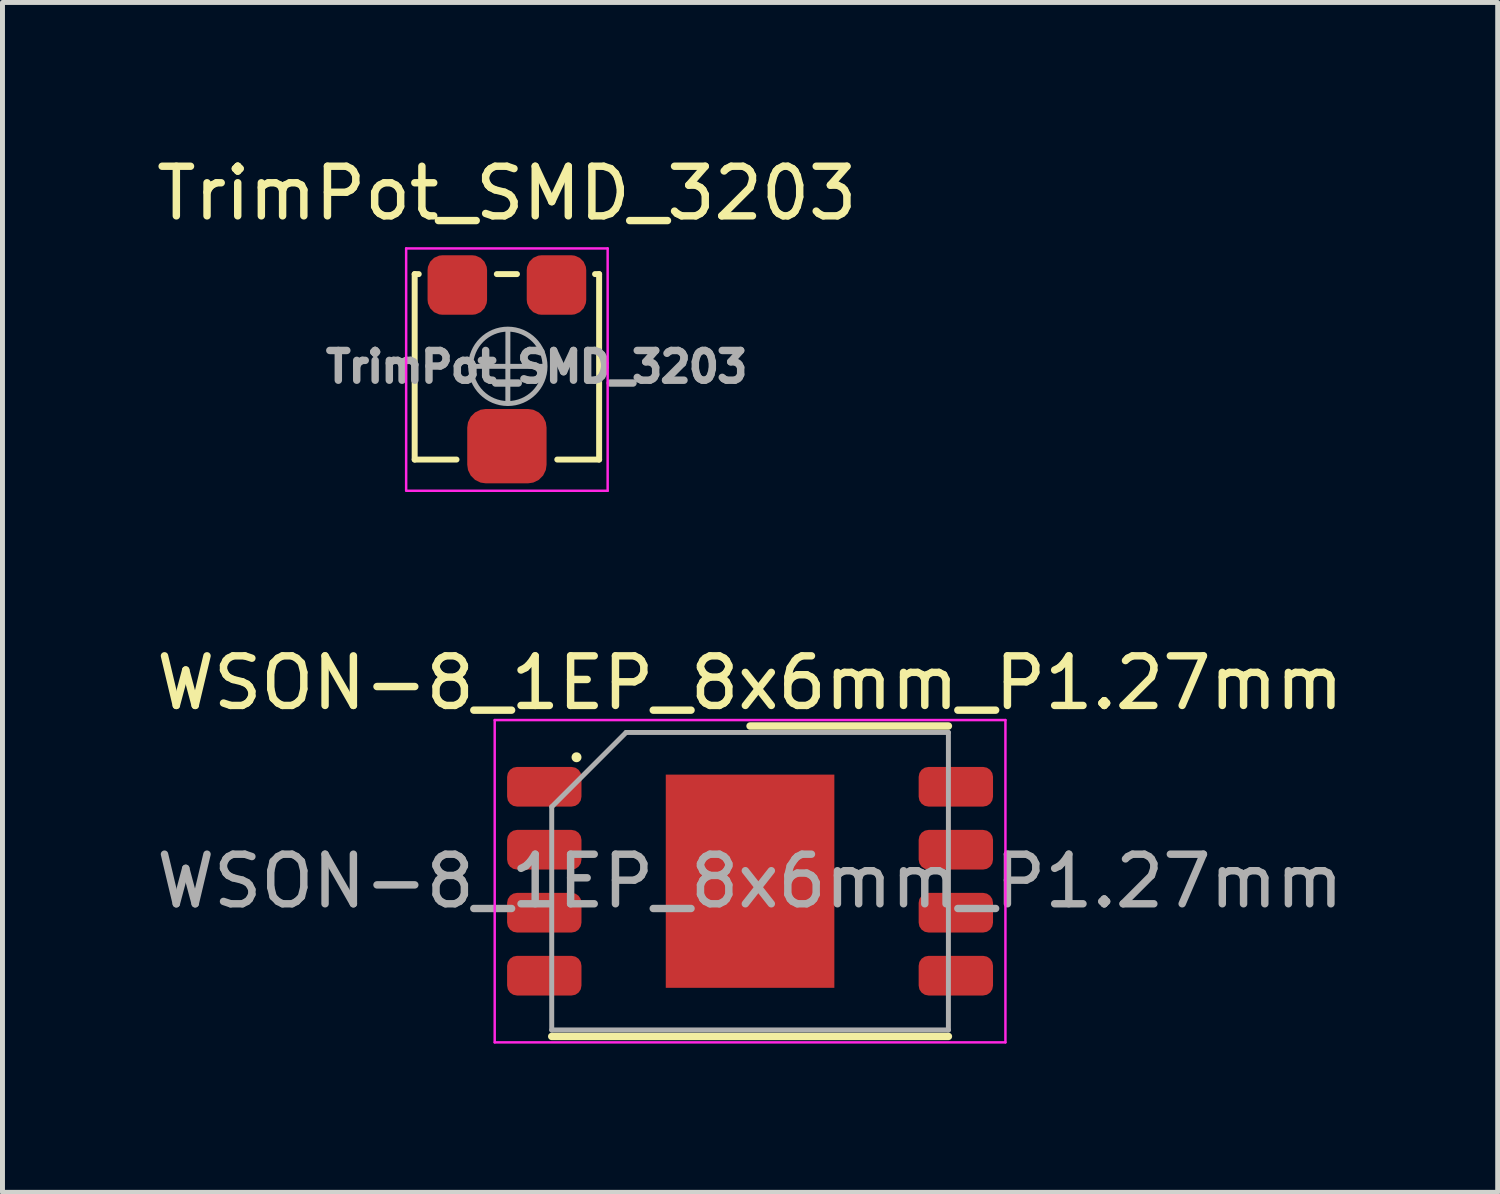
<source format=kicad_pcb>
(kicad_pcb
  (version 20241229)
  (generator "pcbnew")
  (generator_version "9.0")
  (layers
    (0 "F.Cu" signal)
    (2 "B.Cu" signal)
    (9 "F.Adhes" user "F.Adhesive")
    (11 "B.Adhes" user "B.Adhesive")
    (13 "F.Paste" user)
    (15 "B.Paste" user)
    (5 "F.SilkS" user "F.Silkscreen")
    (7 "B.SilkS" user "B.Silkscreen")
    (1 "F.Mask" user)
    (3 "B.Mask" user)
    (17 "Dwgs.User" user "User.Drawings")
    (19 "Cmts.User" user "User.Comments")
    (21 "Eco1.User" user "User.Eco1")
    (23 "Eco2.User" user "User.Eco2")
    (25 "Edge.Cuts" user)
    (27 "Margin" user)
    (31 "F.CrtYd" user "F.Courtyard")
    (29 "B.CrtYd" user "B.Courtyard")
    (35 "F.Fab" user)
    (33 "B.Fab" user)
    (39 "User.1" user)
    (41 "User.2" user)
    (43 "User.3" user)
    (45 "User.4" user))
  (footprint "WSON-8_1EP_8x6mm_P1.27mm"
    (layer "F.Cu")
    (at 12.077 14.722)
    (property "Reference" "WSON-8_1EP_8x6mm_P1.27mm" (at 0 -4 0) (layer "F.SilkS") (effects (font (size 1 1) (thickness 0.15))))
    (attr smd)
    (fp_line (start -3.5 -2.5) (end -3.5 -2.5) (stroke (width 0.2) (type solid)) (layer "F.SilkS"))
    (fp_line (start 4 -3.13) (end 0 -3.13) (stroke (width 0.15) (type solid)) (layer "F.SilkS"))
    (fp_line (start 4 3.13) (end -4 3.13) (stroke (width 0.15) (type solid)) (layer "F.SilkS"))
    (fp_line (start -5.15 -3.25) (end 5.15 -3.25) (stroke (width 0.05) (type solid)) (layer "F.CrtYd"))
    (fp_line (start -5.15 3.25) (end -5.15 -3.25) (stroke (width 0.05) (type solid)) (layer "F.CrtYd"))
    (fp_line (start 5.15 3.25) (end -5.15 3.25) (stroke (width 0.05) (type solid)) (layer "F.CrtYd"))
    (fp_line (start 5.15 3.25) (end 5.15 -3.25) (stroke (width 0.05) (type solid)) (layer "F.CrtYd"))
    (fp_line (start -4 3) (end -4 -1.5) (stroke (width 0.1) (type solid)) (layer "F.Fab"))
    (fp_line (start -2.5 -3) (end -4 -1.5) (stroke (width 0.1) (type solid)) (layer "F.Fab"))
    (fp_line (start -2.5 -3) (end 4 -3) (stroke (width 0.1) (type solid)) (layer "F.Fab"))
    (fp_line (start 4 3) (end -4 3) (stroke (width 0.1) (type solid)) (layer "F.Fab"))
    (fp_line (start 4 3) (end 4 -3) (stroke (width 0.1) (type solid)) (layer "F.Fab"))
    (fp_text user "${REFERENCE}" (at 0 0 0) (unlocked yes) (layer "F.Fab") (effects (font (size 1 1) (thickness 0.15))))
    (pad "1" smd roundrect (at -4.15 -1.905) (size 1.5 0.8) (layers "F.Cu" "F.Mask" "F.Paste") (roundrect_rratio 0.25))
    (pad "2" smd roundrect (at -4.15 -0.635) (size 1.5 0.8) (layers "F.Cu" "F.Mask" "F.Paste") (roundrect_rratio 0.25))
    (pad "3" smd roundrect (at -4.15 0.635) (size 1.5 0.8) (layers "F.Cu" "F.Mask" "F.Paste") (roundrect_rratio 0.25))
    (pad "4" smd roundrect (at -4.15 1.905) (size 1.5 0.8) (layers "F.Cu" "F.Mask" "F.Paste") (roundrect_rratio 0.25))
    (pad "4" smd rect (at 0 0) (size 3.4 4.3) (layers "F.Cu" "F.Mask" "F.Paste"))
    (pad "5" smd roundrect (at 4.15 1.905) (size 1.5 0.8) (layers "F.Cu" "F.Mask" "F.Paste") (roundrect_rratio 0.25))
    (pad "6" smd roundrect (at 4.15 0.635) (size 1.5 0.8) (layers "F.Cu" "F.Mask" "F.Paste") (roundrect_rratio 0.25))
    (pad "7" smd roundrect (at 4.15 -0.635) (size 1.5 0.8) (layers "F.Cu" "F.Mask" "F.Paste") (roundrect_rratio 0.25))
    (pad "8" smd roundrect (at 4.15 -1.905) (size 1.5 0.8) (layers "F.Cu" "F.Mask" "F.Paste") (roundrect_rratio 0.25)))
  (footprint "TrimPot_SMD_3203"
    (layer "F.Cu")
    (at 7.173 4.348)
    (property "Reference" "TrimPot_SMD_3203" (at 0 -3.5 0) (layer "F.SilkS") (effects (font (size 1 1) (thickness 0.15))))
    (attr smd)
    (fp_line (start -1.86 -1.87) (end -1.86 1.87) (stroke (width 0.12) (type solid)) (layer "F.SilkS"))
    (fp_line (start -1.86 -1.87) (end -1.778 -1.87) (stroke (width 0.12) (type solid)) (layer "F.SilkS"))
    (fp_line (start -1.86 1.87) (end -1.016 1.87) (stroke (width 0.12) (type solid)) (layer "F.SilkS"))
    (fp_line (start -0.203 -1.87) (end 0.203 -1.87) (stroke (width 0.12) (type solid)) (layer "F.SilkS"))
    (fp_line (start 1.016 1.87) (end 1.86 1.87) (stroke (width 0.12) (type solid)) (layer "F.SilkS"))
    (fp_line (start 1.778 -1.87) (end 1.86 -1.87) (stroke (width 0.12) (type solid)) (layer "F.SilkS"))
    (fp_line (start 1.86 -1.87) (end 1.86 1.87) (stroke (width 0.12) (type solid)) (layer "F.SilkS"))
    (fp_line (start -2.032 -2.388) (end -2.032 2.489) (stroke (width 0.05) (type solid)) (layer "F.CrtYd"))
    (fp_line (start -2.032 2.5) (end 2.032 2.5) (stroke (width 0.05) (type solid)) (layer "F.CrtYd"))
    (fp_line (start 2.032 -2.388) (end -2.032 -2.388) (stroke (width 0.05) (type solid)) (layer "F.CrtYd"))
    (fp_line (start 2.032 2.5) (end 2.032 -2.388) (stroke (width 0.05) (type solid)) (layer "F.CrtYd"))
    (fp_line (start 0.019 0.733) (end 0.02 -0.752) (stroke (width 0.1) (type solid)) (layer "F.Fab"))
    (fp_line (start 0.754 -0.009) (end -0.731 -0.01) (stroke (width 0.1) (type solid)) (layer "F.Fab"))
    (fp_rect (start 0 0) (end 0 0) (stroke (width 0.1) (type solid)) (fill no) (layer "F.Fab"))
    (fp_circle (center 0.019 -0.01) (end 0.769 -0.01) (stroke (width 0.1) (type solid)) (fill no) (layer "F.Fab"))
    (fp_text user "${REFERENCE}" (at 0.6 0 0) (layer "F.Fab") (effects (font (size 0.6 0.6) (thickness 0.15))))
    (pad "1" smd roundrect (at 1 -1.65) (size 1.2 1.2) (layers "F.Cu" "F.Mask" "F.Paste") (roundrect_rratio 0.25))
    (pad "2" smd roundrect (at 0 1.6) (size 1.6 1.5) (layers "F.Cu" "F.Mask" "F.Paste") (roundrect_rratio 0.25))
    (pad "3" smd roundrect (at -1 -1.65) (size 1.2 1.2) (layers "F.Cu" "F.Mask" "F.Paste") (roundrect_rratio 0.25)))
  (gr_rect
    (start -3 -3)
    (end 27.155 20.997)
    (stroke (width 0.1) (type default))
    (fill no)
    (layer "Edge.Cuts")))
</source>
